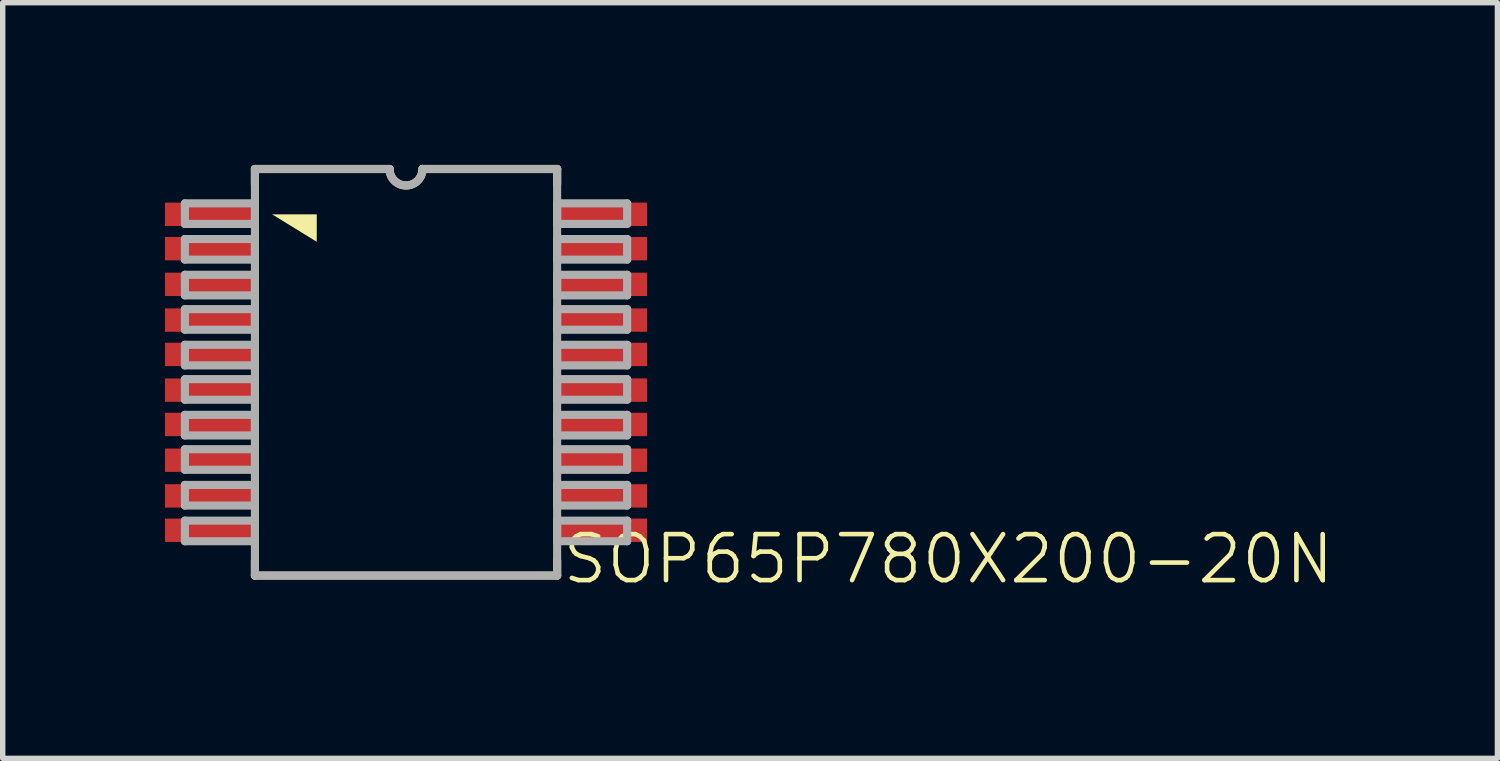
<source format=kicad_pcb>
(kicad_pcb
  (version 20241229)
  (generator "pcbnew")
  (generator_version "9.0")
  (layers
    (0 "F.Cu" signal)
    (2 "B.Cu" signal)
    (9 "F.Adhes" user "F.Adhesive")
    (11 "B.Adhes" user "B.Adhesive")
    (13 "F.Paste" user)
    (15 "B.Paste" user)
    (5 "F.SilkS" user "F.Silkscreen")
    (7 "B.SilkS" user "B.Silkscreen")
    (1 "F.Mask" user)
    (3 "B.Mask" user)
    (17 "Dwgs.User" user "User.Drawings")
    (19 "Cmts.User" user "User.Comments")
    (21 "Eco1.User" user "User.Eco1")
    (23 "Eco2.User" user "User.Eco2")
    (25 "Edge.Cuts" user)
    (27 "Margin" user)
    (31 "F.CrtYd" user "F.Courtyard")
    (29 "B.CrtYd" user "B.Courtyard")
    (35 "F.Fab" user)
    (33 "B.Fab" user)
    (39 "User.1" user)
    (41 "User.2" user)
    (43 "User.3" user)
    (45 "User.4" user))
  (footprint "SOP65P780X200-20N"
    (layer "F.Cu")
    (at 4.458 3.834)
    (property "Reference" "SOP65P780X200-20N" (at 2.849 3.951 180) (layer "F.SilkS") (effects (font (size 0.85 0.85) (thickness 0.085)) (justify left bottom)))
    (attr smd)
    (fp_line (start -2.794 -3.759) (end -2.794 -3.48) (stroke (width 0.15) (type solid)) (layer "F.SilkS"))
    (fp_line (start -2.794 3.48) (end -2.794 3.759) (stroke (width 0.15) (type solid)) (layer "F.SilkS"))
    (fp_line (start -2.794 3.759) (end 2.794 3.759) (stroke (width 0.15) (type solid)) (layer "F.SilkS"))
    (fp_line (start -0.305 -3.759) (end -2.794 -3.759) (stroke (width 0.15) (type solid)) (layer "F.SilkS"))
    (fp_line (start 2.794 -3.759) (end 0.305 -3.759) (stroke (width 0.15) (type solid)) (layer "F.SilkS"))
    (fp_line (start 2.794 -3.48) (end 2.794 -3.759) (stroke (width 0.15) (type solid)) (layer "F.SilkS"))
    (fp_line (start 2.794 3.759) (end 2.794 3.48) (stroke (width 0.15) (type solid)) (layer "F.SilkS"))
    (fp_arc (start 0.3048 -3.7592) (mid 0 -3.4544) (end -0.3048 -3.7592) (stroke (width 0.15) (type solid)) (layer "F.SilkS"))
    (fp_poly (pts (xy -2.477 -2.921) (xy -1.651 -2.921) (xy -1.651 -2.413)) (stroke (width 0) (type solid)) (fill yes) (layer "F.SilkS"))
    (fp_line (start -4.089 -3.124) (end -4.089 -2.743) (stroke (width 0.15) (type solid)) (layer "F.Fab"))
    (fp_line (start -4.089 -2.743) (end -2.794 -2.743) (stroke (width 0.15) (type solid)) (layer "F.Fab"))
    (fp_line (start -4.089 -2.464) (end -4.089 -2.083) (stroke (width 0.15) (type solid)) (layer "F.Fab"))
    (fp_line (start -4.089 -2.083) (end -2.794 -2.083) (stroke (width 0.15) (type solid)) (layer "F.Fab"))
    (fp_line (start -4.089 -1.803) (end -4.089 -1.422) (stroke (width 0.15) (type solid)) (layer "F.Fab"))
    (fp_line (start -4.089 -1.422) (end -2.794 -1.422) (stroke (width 0.15) (type solid)) (layer "F.Fab"))
    (fp_line (start -4.089 -1.168) (end -4.089 -0.787) (stroke (width 0.15) (type solid)) (layer "F.Fab"))
    (fp_line (start -4.089 -0.787) (end -2.794 -0.787) (stroke (width 0.15) (type solid)) (layer "F.Fab"))
    (fp_line (start -4.089 -0.508) (end -4.089 -0.127) (stroke (width 0.15) (type solid)) (layer "F.Fab"))
    (fp_line (start -4.089 -0.127) (end -2.794 -0.127) (stroke (width 0.15) (type solid)) (layer "F.Fab"))
    (fp_line (start -4.089 0.127) (end -4.089 0.508) (stroke (width 0.15) (type solid)) (layer "F.Fab"))
    (fp_line (start -4.089 0.508) (end -2.794 0.508) (stroke (width 0.15) (type solid)) (layer "F.Fab"))
    (fp_line (start -4.089 0.787) (end -4.089 1.168) (stroke (width 0.15) (type solid)) (layer "F.Fab"))
    (fp_line (start -4.089 1.168) (end -2.794 1.168) (stroke (width 0.15) (type solid)) (layer "F.Fab"))
    (fp_line (start -4.089 1.422) (end -4.089 1.803) (stroke (width 0.15) (type solid)) (layer "F.Fab"))
    (fp_line (start -4.089 1.803) (end -2.794 1.803) (stroke (width 0.15) (type solid)) (layer "F.Fab"))
    (fp_line (start -4.089 2.083) (end -4.089 2.464) (stroke (width 0.15) (type solid)) (layer "F.Fab"))
    (fp_line (start -4.089 2.464) (end -2.794 2.464) (stroke (width 0.15) (type solid)) (layer "F.Fab"))
    (fp_line (start -4.089 2.743) (end -4.089 3.124) (stroke (width 0.15) (type solid)) (layer "F.Fab"))
    (fp_line (start -4.089 3.124) (end -2.794 3.124) (stroke (width 0.15) (type solid)) (layer "F.Fab"))
    (fp_line (start -2.794 -3.759) (end -2.794 3.759) (stroke (width 0.15) (type solid)) (layer "F.Fab"))
    (fp_line (start -2.794 -3.124) (end -4.089 -3.124) (stroke (width 0.15) (type solid)) (layer "F.Fab"))
    (fp_line (start -2.794 -2.743) (end -2.794 -3.124) (stroke (width 0.15) (type solid)) (layer "F.Fab"))
    (fp_line (start -2.794 -2.464) (end -4.089 -2.464) (stroke (width 0.15) (type solid)) (layer "F.Fab"))
    (fp_line (start -2.794 -2.083) (end -2.794 -2.464) (stroke (width 0.15) (type solid)) (layer "F.Fab"))
    (fp_line (start -2.794 -1.803) (end -4.089 -1.803) (stroke (width 0.15) (type solid)) (layer "F.Fab"))
    (fp_line (start -2.794 -1.422) (end -2.794 -1.803) (stroke (width 0.15) (type solid)) (layer "F.Fab"))
    (fp_line (start -2.794 -1.168) (end -4.089 -1.168) (stroke (width 0.15) (type solid)) (layer "F.Fab"))
    (fp_line (start -2.794 -0.787) (end -2.794 -1.168) (stroke (width 0.15) (type solid)) (layer "F.Fab"))
    (fp_line (start -2.794 -0.508) (end -4.089 -0.508) (stroke (width 0.15) (type solid)) (layer "F.Fab"))
    (fp_line (start -2.794 -0.127) (end -2.794 -0.508) (stroke (width 0.15) (type solid)) (layer "F.Fab"))
    (fp_line (start -2.794 0.127) (end -4.089 0.127) (stroke (width 0.15) (type solid)) (layer "F.Fab"))
    (fp_line (start -2.794 0.508) (end -2.794 0.127) (stroke (width 0.15) (type solid)) (layer "F.Fab"))
    (fp_line (start -2.794 0.787) (end -4.089 0.787) (stroke (width 0.15) (type solid)) (layer "F.Fab"))
    (fp_line (start -2.794 1.168) (end -2.794 0.787) (stroke (width 0.15) (type solid)) (layer "F.Fab"))
    (fp_line (start -2.794 1.422) (end -4.089 1.422) (stroke (width 0.15) (type solid)) (layer "F.Fab"))
    (fp_line (start -2.794 1.803) (end -2.794 1.422) (stroke (width 0.15) (type solid)) (layer "F.Fab"))
    (fp_line (start -2.794 2.083) (end -4.089 2.083) (stroke (width 0.15) (type solid)) (layer "F.Fab"))
    (fp_line (start -2.794 2.464) (end -2.794 2.083) (stroke (width 0.15) (type solid)) (layer "F.Fab"))
    (fp_line (start -2.794 2.743) (end -4.089 2.743) (stroke (width 0.15) (type solid)) (layer "F.Fab"))
    (fp_line (start -2.794 3.124) (end -2.794 2.743) (stroke (width 0.15) (type solid)) (layer "F.Fab"))
    (fp_line (start -2.794 3.759) (end 2.794 3.759) (stroke (width 0.15) (type solid)) (layer "F.Fab"))
    (fp_line (start -0.305 -3.759) (end -2.794 -3.759) (stroke (width 0.15) (type solid)) (layer "F.Fab"))
    (fp_line (start 2.794 -3.759) (end 0.305 -3.759) (stroke (width 0.15) (type solid)) (layer "F.Fab"))
    (fp_line (start 2.794 -3.124) (end 2.794 -2.743) (stroke (width 0.15) (type solid)) (layer "F.Fab"))
    (fp_line (start 2.794 -2.743) (end 4.089 -2.743) (stroke (width 0.15) (type solid)) (layer "F.Fab"))
    (fp_line (start 2.794 -2.464) (end 2.794 -2.083) (stroke (width 0.15) (type solid)) (layer "F.Fab"))
    (fp_line (start 2.794 -2.083) (end 4.089 -2.083) (stroke (width 0.15) (type solid)) (layer "F.Fab"))
    (fp_line (start 2.794 -1.803) (end 2.794 -1.422) (stroke (width 0.15) (type solid)) (layer "F.Fab"))
    (fp_line (start 2.794 -1.422) (end 4.089 -1.422) (stroke (width 0.15) (type solid)) (layer "F.Fab"))
    (fp_line (start 2.794 -1.168) (end 2.794 -0.787) (stroke (width 0.15) (type solid)) (layer "F.Fab"))
    (fp_line (start 2.794 -0.787) (end 4.089 -0.787) (stroke (width 0.15) (type solid)) (layer "F.Fab"))
    (fp_line (start 2.794 -0.508) (end 2.794 -0.127) (stroke (width 0.15) (type solid)) (layer "F.Fab"))
    (fp_line (start 2.794 -0.127) (end 4.089 -0.127) (stroke (width 0.15) (type solid)) (layer "F.Fab"))
    (fp_line (start 2.794 0.127) (end 2.794 0.508) (stroke (width 0.15) (type solid)) (layer "F.Fab"))
    (fp_line (start 2.794 0.508) (end 4.089 0.508) (stroke (width 0.15) (type solid)) (layer "F.Fab"))
    (fp_line (start 2.794 0.787) (end 2.794 1.168) (stroke (width 0.15) (type solid)) (layer "F.Fab"))
    (fp_line (start 2.794 1.168) (end 4.089 1.168) (stroke (width 0.15) (type solid)) (layer "F.Fab"))
    (fp_line (start 2.794 1.422) (end 2.794 1.803) (stroke (width 0.15) (type solid)) (layer "F.Fab"))
    (fp_line (start 2.794 1.803) (end 4.089 1.803) (stroke (width 0.15) (type solid)) (layer "F.Fab"))
    (fp_line (start 2.794 2.083) (end 2.794 2.464) (stroke (width 0.15) (type solid)) (layer "F.Fab"))
    (fp_line (start 2.794 2.464) (end 4.089 2.464) (stroke (width 0.15) (type solid)) (layer "F.Fab"))
    (fp_line (start 2.794 2.743) (end 2.794 3.124) (stroke (width 0.15) (type solid)) (layer "F.Fab"))
    (fp_line (start 2.794 3.124) (end 4.089 3.124) (stroke (width 0.15) (type solid)) (layer "F.Fab"))
    (fp_line (start 2.794 3.759) (end 2.794 -3.759) (stroke (width 0.15) (type solid)) (layer "F.Fab"))
    (fp_line (start 4.089 -3.124) (end 2.794 -3.124) (stroke (width 0.15) (type solid)) (layer "F.Fab"))
    (fp_line (start 4.089 -2.743) (end 4.089 -3.124) (stroke (width 0.15) (type solid)) (layer "F.Fab"))
    (fp_line (start 4.089 -2.464) (end 2.794 -2.464) (stroke (width 0.15) (type solid)) (layer "F.Fab"))
    (fp_line (start 4.089 -2.083) (end 4.089 -2.464) (stroke (width 0.15) (type solid)) (layer "F.Fab"))
    (fp_line (start 4.089 -1.803) (end 2.794 -1.803) (stroke (width 0.15) (type solid)) (layer "F.Fab"))
    (fp_line (start 4.089 -1.422) (end 4.089 -1.803) (stroke (width 0.15) (type solid)) (layer "F.Fab"))
    (fp_line (start 4.089 -1.168) (end 2.794 -1.168) (stroke (width 0.15) (type solid)) (layer "F.Fab"))
    (fp_line (start 4.089 -0.787) (end 4.089 -1.168) (stroke (width 0.15) (type solid)) (layer "F.Fab"))
    (fp_line (start 4.089 -0.508) (end 2.794 -0.508) (stroke (width 0.15) (type solid)) (layer "F.Fab"))
    (fp_line (start 4.089 -0.127) (end 4.089 -0.508) (stroke (width 0.15) (type solid)) (layer "F.Fab"))
    (fp_line (start 4.089 0.127) (end 2.794 0.127) (stroke (width 0.15) (type solid)) (layer "F.Fab"))
    (fp_line (start 4.089 0.508) (end 4.089 0.127) (stroke (width 0.15) (type solid)) (layer "F.Fab"))
    (fp_line (start 4.089 0.787) (end 2.794 0.787) (stroke (width 0.15) (type solid)) (layer "F.Fab"))
    (fp_line (start 4.089 1.168) (end 4.089 0.787) (stroke (width 0.15) (type solid)) (layer "F.Fab"))
    (fp_line (start 4.089 1.422) (end 2.794 1.422) (stroke (width 0.15) (type solid)) (layer "F.Fab"))
    (fp_line (start 4.089 1.803) (end 4.089 1.422) (stroke (width 0.15) (type solid)) (layer "F.Fab"))
    (fp_line (start 4.089 2.083) (end 2.794 2.083) (stroke (width 0.15) (type solid)) (layer "F.Fab"))
    (fp_line (start 4.089 2.464) (end 4.089 2.083) (stroke (width 0.15) (type solid)) (layer "F.Fab"))
    (fp_line (start 4.089 2.743) (end 2.794 2.743) (stroke (width 0.15) (type solid)) (layer "F.Fab"))
    (fp_line (start 4.089 3.124) (end 4.089 2.743) (stroke (width 0.15) (type solid)) (layer "F.Fab"))
    (fp_arc (start 0.3048 -3.7592) (mid 0 -3.4544) (end -0.3048 -3.7592) (stroke (width 0.15) (type solid)) (layer "F.Fab"))
    (pad "1" smd rect (at -3.632 -2.921) (size 1.651 0.432) (layers "F.Cu" "F.Mask" "F.Paste"))
    (pad "2" smd rect (at -3.632 -2.286) (size 1.651 0.432) (layers "F.Cu" "F.Mask" "F.Paste"))
    (pad "3" smd rect (at -3.632 -1.626) (size 1.651 0.432) (layers "F.Cu" "F.Mask" "F.Paste"))
    (pad "4" smd rect (at -3.632 -0.965) (size 1.651 0.432) (layers "F.Cu" "F.Mask" "F.Paste"))
    (pad "5" smd rect (at -3.632 -0.33) (size 1.651 0.432) (layers "F.Cu" "F.Mask" "F.Paste"))
    (pad "6" smd rect (at -3.632 0.33) (size 1.651 0.432) (layers "F.Cu" "F.Mask" "F.Paste"))
    (pad "7" smd rect (at -3.632 0.965) (size 1.651 0.432) (layers "F.Cu" "F.Mask" "F.Paste"))
    (pad "8" smd rect (at -3.632 1.626) (size 1.651 0.432) (layers "F.Cu" "F.Mask" "F.Paste"))
    (pad "9" smd rect (at -3.632 2.286) (size 1.651 0.432) (layers "F.Cu" "F.Mask" "F.Paste"))
    (pad "10" smd rect (at -3.632 2.921) (size 1.651 0.432) (layers "F.Cu" "F.Mask" "F.Paste"))
    (pad "11" smd rect (at 3.632 2.921) (size 1.651 0.432) (layers "F.Cu" "F.Mask" "F.Paste"))
    (pad "12" smd rect (at 3.632 2.286) (size 1.651 0.432) (layers "F.Cu" "F.Mask" "F.Paste"))
    (pad "13" smd rect (at 3.632 1.626) (size 1.651 0.432) (layers "F.Cu" "F.Mask" "F.Paste"))
    (pad "14" smd rect (at 3.632 0.965) (size 1.651 0.432) (layers "F.Cu" "F.Mask" "F.Paste"))
    (pad "15" smd rect (at 3.632 0.33) (size 1.651 0.432) (layers "F.Cu" "F.Mask" "F.Paste"))
    (pad "16" smd rect (at 3.632 -0.33) (size 1.651 0.432) (layers "F.Cu" "F.Mask" "F.Paste"))
    (pad "17" smd rect (at 3.632 -0.965) (size 1.651 0.432) (layers "F.Cu" "F.Mask" "F.Paste"))
    (pad "18" smd rect (at 3.632 -1.626) (size 1.651 0.432) (layers "F.Cu" "F.Mask" "F.Paste"))
    (pad "19" smd rect (at 3.632 -2.286) (size 1.651 0.432) (layers "F.Cu" "F.Mask" "F.Paste"))
    (pad "20" smd rect (at 3.632 -2.921) (size 1.651 0.432) (layers "F.Cu" "F.Mask" "F.Paste")))
  (gr_rect
    (start -3 -3)
    (end 24.639 10.973)
    (stroke (width 0.1) (type default))
    (fill no)
    (layer "Edge.Cuts")))
</source>
